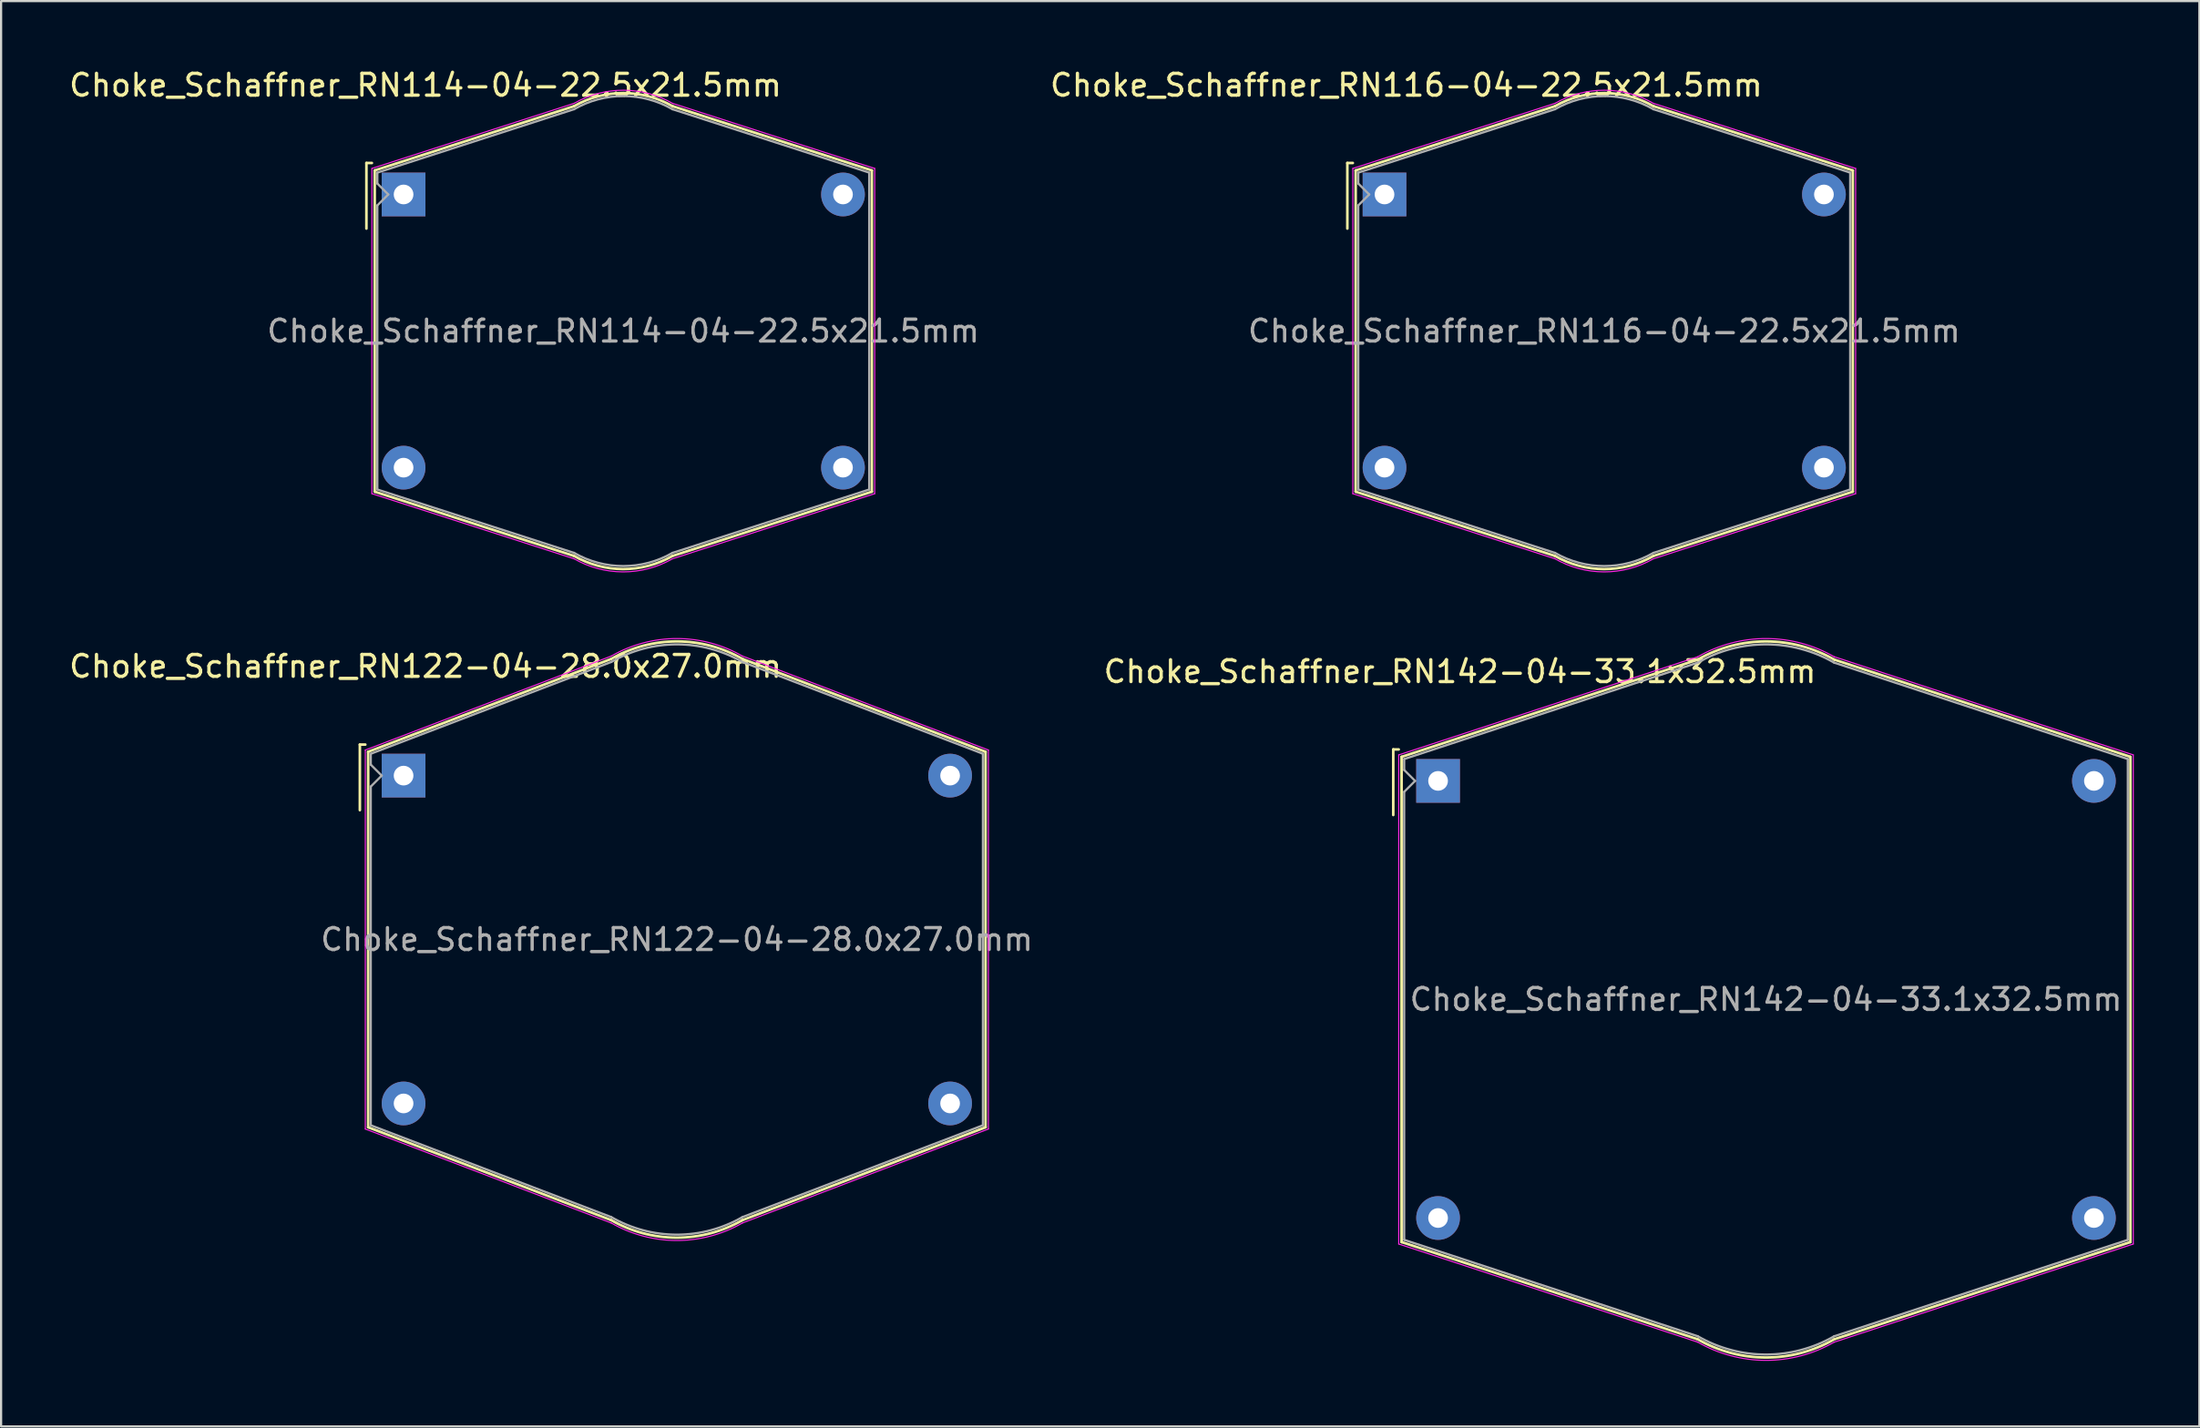
<source format=kicad_pcb>
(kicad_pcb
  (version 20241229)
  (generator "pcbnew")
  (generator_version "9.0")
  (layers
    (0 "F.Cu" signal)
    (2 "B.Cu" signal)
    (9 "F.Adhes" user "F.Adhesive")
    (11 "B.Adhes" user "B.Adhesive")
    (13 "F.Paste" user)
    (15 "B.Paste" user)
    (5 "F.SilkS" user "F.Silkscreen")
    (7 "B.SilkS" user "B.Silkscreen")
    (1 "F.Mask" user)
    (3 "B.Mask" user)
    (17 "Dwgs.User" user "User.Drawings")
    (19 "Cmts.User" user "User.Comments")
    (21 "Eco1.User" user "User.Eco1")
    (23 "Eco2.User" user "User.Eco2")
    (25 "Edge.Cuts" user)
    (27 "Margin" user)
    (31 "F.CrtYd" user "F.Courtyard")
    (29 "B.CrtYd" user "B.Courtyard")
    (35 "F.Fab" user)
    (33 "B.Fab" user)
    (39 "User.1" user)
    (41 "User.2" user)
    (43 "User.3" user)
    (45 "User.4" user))
  (footprint "Choke_Schaffner_RN116-04-22.5x21.5mm"
    (layer "F.Cu")
    (at 60.282 5.848)
    (property "Reference" "Choke_Schaffner_RN116-04-22.5x21.5mm" (at 1 -5 0) (layer "F.SilkS") (effects (font (size 1 1) (thickness 0.15))))
    (attr through_hole)
    (fp_line (start -1.7 -1.44) (end -1.7 1.56) (stroke (width 0.12) (type solid)) (layer "F.SilkS"))
    (fp_line (start -1.7 -1.44) (end -1.45 -1.44) (stroke (width 0.12) (type solid)) (layer "F.SilkS"))
    (fp_line (start -1.32 -1.1) (end 7.8 -4.04) (stroke (width 0.12) (type solid)) (layer "F.SilkS"))
    (fp_line (start -1.32 13.6) (end -1.32 -1.1) (stroke (width 0.12) (type solid)) (layer "F.SilkS"))
    (fp_line (start 7.8 16.54) (end -1.32 13.6) (stroke (width 0.12) (type solid)) (layer "F.SilkS"))
    (fp_line (start 12.3 -4.04) (end 21.42 -1.1) (stroke (width 0.12) (type solid)) (layer "F.SilkS"))
    (fp_line (start 21.42 -1.1) (end 21.42 13.6) (stroke (width 0.12) (type solid)) (layer "F.SilkS"))
    (fp_line (start 21.42 13.6) (end 12.3 16.54) (stroke (width 0.12) (type solid)) (layer "F.SilkS"))
    (fp_arc (start 7.8 -4.04) (mid 10.061443 -4.63982) (end 12.31982 -4.028557) (stroke (width 0.12) (type solid)) (layer "F.SilkS"))
    (fp_arc (start 12.3 16.54) (mid 10.038557 17.13982) (end 7.78018 16.528557) (stroke (width 0.12) (type solid)) (layer "F.SilkS"))
    (fp_line (start -1.45 -1.19) (end 7.8 -4.17) (stroke (width 0.05) (type solid)) (layer "F.CrtYd"))
    (fp_line (start -1.45 13.69) (end -1.45 -1.19) (stroke (width 0.05) (type solid)) (layer "F.CrtYd"))
    (fp_line (start 7.8 16.67) (end -1.45 13.69) (stroke (width 0.05) (type solid)) (layer "F.CrtYd"))
    (fp_line (start 12.3 -4.17) (end 21.55 -1.19) (stroke (width 0.05) (type solid)) (layer "F.CrtYd"))
    (fp_line (start 21.55 -1.19) (end 21.55 13.69) (stroke (width 0.05) (type solid)) (layer "F.CrtYd"))
    (fp_line (start 21.55 13.69) (end 12.3 16.67) (stroke (width 0.05) (type solid)) (layer "F.CrtYd"))
    (fp_arc (start 7.8 -4.17) (mid 10.061443 -4.76982) (end 12.31982 -4.158557) (stroke (width 0.05) (type solid)) (layer "F.CrtYd"))
    (fp_arc (start 12.3 16.67) (mid 10.038557 17.26982) (end 7.78018 16.658557) (stroke (width 0.05) (type solid)) (layer "F.CrtYd"))
    (fp_line (start -1.2 -1) (end 7.8 -3.9) (stroke (width 0.1) (type solid)) (layer "F.Fab"))
    (fp_line (start -1.2 -0.5) (end -1.2 -1) (stroke (width 0.1) (type solid)) (layer "F.Fab"))
    (fp_line (start -1.2 0.5) (end -0.7 0) (stroke (width 0.1) (type solid)) (layer "F.Fab"))
    (fp_line (start -1.2 13.5) (end -1.2 0.5) (stroke (width 0.1) (type solid)) (layer "F.Fab"))
    (fp_line (start -0.7 0) (end -1.2 -0.5) (stroke (width 0.1) (type solid)) (layer "F.Fab"))
    (fp_line (start 7.8 16.4) (end -1.2 13.5) (stroke (width 0.1) (type solid)) (layer "F.Fab"))
    (fp_line (start 12.3 -3.9) (end 21.3 -1) (stroke (width 0.1) (type solid)) (layer "F.Fab"))
    (fp_line (start 21.3 -1) (end 21.3 13.5) (stroke (width 0.1) (type solid)) (layer "F.Fab"))
    (fp_line (start 21.3 13.5) (end 12.3 16.4) (stroke (width 0.1) (type solid)) (layer "F.Fab"))
    (fp_arc (start 7.8 -3.9) (mid 10.051443 -4.502499) (end 12.302499 -3.898557) (stroke (width 0.1) (type solid)) (layer "F.Fab"))
    (fp_arc (start 12.3 16.4) (mid 10.048557 17.002499) (end 7.797501 16.398557) (stroke (width 0.1) (type solid)) (layer "F.Fab"))
    (fp_text user "${REFERENCE}" (at 10.05 6.25 0) (layer "F.Fab") (effects (font (size 1 1) (thickness 0.15))))
    (pad "1" thru_hole rect (at 0 0) (size 2 2) (drill 0.9) (layers "*.Cu" "*.Mask"))
    (pad "2" thru_hole circle (at 20.1 0) (size 2 2) (drill 0.9) (layers "*.Cu" "*.Mask"))
    (pad "3" thru_hole circle (at 0 12.5) (size 2 2) (drill 0.9) (layers "*.Cu" "*.Mask"))
    (pad "4" thru_hole circle (at 20.1 12.5) (size 2 2) (drill 0.9) (layers "*.Cu" "*.Mask")))
  (footprint "Choke_Schaffner_RN142-04-33.1x32.5mm"
    (layer "F.Cu")
    (at 62.732 32.681)
    (property "Reference" "Choke_Schaffner_RN142-04-33.1x32.5mm" (at 1 -5 0) (layer "F.SilkS") (effects (font (size 1 1) (thickness 0.15))))
    (attr through_hole)
    (fp_line (start -2.05 -1.44) (end -2.05 1.56) (stroke (width 0.12) (type solid)) (layer "F.SilkS"))
    (fp_line (start -2.05 -1.44) (end -1.8 -1.44) (stroke (width 0.12) (type solid)) (layer "F.SilkS"))
    (fp_line (start -1.67 -1.1) (end 11.88 -5.55) (stroke (width 0.12) (type solid)) (layer "F.SilkS"))
    (fp_line (start -1.67 21.1) (end -1.67 -1.1) (stroke (width 0.12) (type solid)) (layer "F.SilkS"))
    (fp_line (start 11.88 25.55) (end -1.67 21.1) (stroke (width 0.12) (type solid)) (layer "F.SilkS"))
    (fp_line (start 18.12 -5.55) (end 31.67 -1.1) (stroke (width 0.12) (type solid)) (layer "F.SilkS"))
    (fp_line (start 31.67 -1.1) (end 31.67 21.1) (stroke (width 0.12) (type solid)) (layer "F.SilkS"))
    (fp_line (start 31.67 21.1) (end 18.12 25.55) (stroke (width 0.12) (type solid)) (layer "F.SilkS"))
    (fp_arc (start 11.88 -5.55) (mid 15.013001 -6.382518) (end 18.142518 -5.536999) (stroke (width 0.12) (type solid)) (layer "F.SilkS"))
    (fp_arc (start 18.12 25.55) (mid 14.986999 26.382518) (end 11.857482 25.536999) (stroke (width 0.12) (type solid)) (layer "F.SilkS"))
    (fp_line (start -1.8 -1.19) (end 11.88 -5.68) (stroke (width 0.05) (type solid)) (layer "F.CrtYd"))
    (fp_line (start -1.8 21.19) (end -1.8 -1.19) (stroke (width 0.05) (type solid)) (layer "F.CrtYd"))
    (fp_line (start 11.88 25.68) (end -1.8 21.19) (stroke (width 0.05) (type solid)) (layer "F.CrtYd"))
    (fp_line (start 18.12 -5.68) (end 31.8 -1.19) (stroke (width 0.05) (type solid)) (layer "F.CrtYd"))
    (fp_line (start 31.8 -1.19) (end 31.8 21.19) (stroke (width 0.05) (type solid)) (layer "F.CrtYd"))
    (fp_line (start 31.8 21.19) (end 18.12 25.68) (stroke (width 0.05) (type solid)) (layer "F.CrtYd"))
    (fp_arc (start 11.88 -5.68) (mid 15.013001 -6.512518) (end 18.142518 -5.666999) (stroke (width 0.05) (type solid)) (layer "F.CrtYd"))
    (fp_arc (start 18.12 25.68) (mid 14.986999 26.512518) (end 11.857482 25.666999) (stroke (width 0.05) (type solid)) (layer "F.CrtYd"))
    (fp_line (start -1.55 -1) (end 11.88 -5.41) (stroke (width 0.1) (type solid)) (layer "F.Fab"))
    (fp_line (start -1.55 -0.5) (end -1.55 -1) (stroke (width 0.1) (type solid)) (layer "F.Fab"))
    (fp_line (start -1.55 0.5) (end -1.05 0) (stroke (width 0.1) (type solid)) (layer "F.Fab"))
    (fp_line (start -1.55 21) (end -1.55 0.5) (stroke (width 0.1) (type solid)) (layer "F.Fab"))
    (fp_line (start -1.05 0) (end -1.55 -0.5) (stroke (width 0.1) (type solid)) (layer "F.Fab"))
    (fp_line (start 11.88 25.41) (end -1.55 21) (stroke (width 0.1) (type solid)) (layer "F.Fab"))
    (fp_line (start 18.12 -5.41) (end 31.55 -1) (stroke (width 0.1) (type solid)) (layer "F.Fab"))
    (fp_line (start 31.55 -1) (end 31.55 21) (stroke (width 0.1) (type solid)) (layer "F.Fab"))
    (fp_line (start 31.55 21) (end 18.12 25.41) (stroke (width 0.1) (type solid)) (layer "F.Fab"))
    (fp_arc (start 11.88 -5.41) (mid 15.003001 -6.245197) (end 18.125197 -5.406999) (stroke (width 0.1) (type solid)) (layer "F.Fab"))
    (fp_arc (start 18.12 25.41) (mid 14.996999 26.245197) (end 11.874803 25.406999) (stroke (width 0.1) (type solid)) (layer "F.Fab"))
    (fp_text user "${REFERENCE}" (at 15 10 0) (layer "F.Fab") (effects (font (size 1 1) (thickness 0.15))))
    (pad "1" thru_hole rect (at 0 0) (size 2 2) (drill 0.9) (layers "*.Cu" "*.Mask"))
    (pad "2" thru_hole circle (at 30 0) (size 2 2) (drill 0.9) (layers "*.Cu" "*.Mask"))
    (pad "3" thru_hole circle (at 0 20) (size 2 2) (drill 0.9) (layers "*.Cu" "*.Mask"))
    (pad "4" thru_hole circle (at 30 20) (size 2 2) (drill 0.9) (layers "*.Cu" "*.Mask")))
  (footprint "Choke_Schaffner_RN122-04-28.0x27.0mm"
    (layer "F.Cu")
    (at 15.411 32.439)
    (property "Reference" "Choke_Schaffner_RN122-04-28.0x27.0mm" (at 1 -5 0) (layer "F.SilkS") (effects (font (size 1 1) (thickness 0.15))))
    (attr through_hole)
    (fp_line (start -2 -1.42) (end -2 1.58) (stroke (width 0.12) (type solid)) (layer "F.SilkS"))
    (fp_line (start -2 -1.42) (end -1.75 -1.42) (stroke (width 0.12) (type solid)) (layer "F.SilkS"))
    (fp_line (start -1.62 -1.09) (end 9.5 -5.34) (stroke (width 0.12) (type solid)) (layer "F.SilkS"))
    (fp_line (start -1.62 16.09) (end -1.62 -1.09) (stroke (width 0.12) (type solid)) (layer "F.SilkS"))
    (fp_line (start 9.5 20.34) (end -1.62 16.09) (stroke (width 0.12) (type solid)) (layer "F.SilkS"))
    (fp_line (start 15.5 -5.34) (end 26.62 -1.09) (stroke (width 0.12) (type solid)) (layer "F.SilkS"))
    (fp_line (start 26.62 -1.09) (end 26.62 16.09) (stroke (width 0.12) (type solid)) (layer "F.SilkS"))
    (fp_line (start 26.62 16.09) (end 15.5 20.34) (stroke (width 0.12) (type solid)) (layer "F.SilkS"))
    (fp_arc (start 9.5 -5.34) (mid 12.511924 -6.140653) (end 15.520653 -5.328076) (stroke (width 0.12) (type solid)) (layer "F.SilkS"))
    (fp_arc (start 15.5 20.34) (mid 12.488076 21.140653) (end 9.479347 20.328076) (stroke (width 0.12) (type solid)) (layer "F.SilkS"))
    (fp_line (start -1.75 -1.17) (end 9.5 -5.47) (stroke (width 0.05) (type solid)) (layer "F.CrtYd"))
    (fp_line (start -1.75 16.17) (end -1.75 -1.17) (stroke (width 0.05) (type solid)) (layer "F.CrtYd"))
    (fp_line (start 9.5 20.47) (end -1.75 16.17) (stroke (width 0.05) (type solid)) (layer "F.CrtYd"))
    (fp_line (start 15.5 -5.47) (end 26.75 -1.17) (stroke (width 0.05) (type solid)) (layer "F.CrtYd"))
    (fp_line (start 26.75 -1.17) (end 26.75 16.17) (stroke (width 0.05) (type solid)) (layer "F.CrtYd"))
    (fp_line (start 26.75 16.17) (end 15.5 20.47) (stroke (width 0.05) (type solid)) (layer "F.CrtYd"))
    (fp_arc (start 9.5 -5.47) (mid 12.511924 -6.270653) (end 15.520653 -5.458076) (stroke (width 0.05) (type solid)) (layer "F.CrtYd"))
    (fp_arc (start 15.5 20.47) (mid 12.488076 21.270653) (end 9.479347 20.458076) (stroke (width 0.05) (type solid)) (layer "F.CrtYd"))
    (fp_line (start -1.5 -1) (end 9.5 -5.2) (stroke (width 0.1) (type solid)) (layer "F.Fab"))
    (fp_line (start -1.5 -0.5) (end -1.5 -1) (stroke (width 0.1) (type solid)) (layer "F.Fab"))
    (fp_line (start -1.5 0.5) (end -1 0) (stroke (width 0.1) (type solid)) (layer "F.Fab"))
    (fp_line (start -1.5 16) (end -1.5 0.5) (stroke (width 0.1) (type solid)) (layer "F.Fab"))
    (fp_line (start -1 0) (end -1.5 -0.5) (stroke (width 0.1) (type solid)) (layer "F.Fab"))
    (fp_line (start 9.5 20.2) (end -1.5 16) (stroke (width 0.1) (type solid)) (layer "F.Fab"))
    (fp_line (start 15.5 -5.2) (end 26.5 -1) (stroke (width 0.1) (type solid)) (layer "F.Fab"))
    (fp_line (start 26.5 -1) (end 26.5 16) (stroke (width 0.1) (type solid)) (layer "F.Fab"))
    (fp_line (start 26.5 16) (end 15.5 20.2) (stroke (width 0.1) (type solid)) (layer "F.Fab"))
    (fp_arc (start 9.5 -5.2) (mid 12.501924 -6.003332) (end 15.503332 -5.198076) (stroke (width 0.1) (type solid)) (layer "F.Fab"))
    (fp_arc (start 15.5 20.2) (mid 12.498076 21.003332) (end 9.496668 20.198076) (stroke (width 0.1) (type solid)) (layer "F.Fab"))
    (fp_text user "${REFERENCE}" (at 12.5 7.5 0) (layer "F.Fab") (effects (font (size 1 1) (thickness 0.15))))
    (pad "1" thru_hole rect (at 0 0) (size 2 2) (drill 0.9) (layers "*.Cu" "*.Mask"))
    (pad "2" thru_hole circle (at 25 0) (size 2 2) (drill 0.9) (layers "*.Cu" "*.Mask"))
    (pad "3" thru_hole circle (at 0 15) (size 2 2) (drill 0.9) (layers "*.Cu" "*.Mask"))
    (pad "4" thru_hole circle (at 25 15) (size 2 2) (drill 0.9) (layers "*.Cu" "*.Mask")))
  (footprint "Choke_Schaffner_RN114-04-22.5x21.5mm"
    (layer "F.Cu")
    (at 15.411 5.848)
    (property "Reference" "Choke_Schaffner_RN114-04-22.5x21.5mm" (at 1 -5 0) (layer "F.SilkS") (effects (font (size 1 1) (thickness 0.15))))
    (attr through_hole)
    (fp_line (start -1.7 -1.44) (end -1.7 1.56) (stroke (width 0.12) (type solid)) (layer "F.SilkS"))
    (fp_line (start -1.7 -1.44) (end -1.45 -1.44) (stroke (width 0.12) (type solid)) (layer "F.SilkS"))
    (fp_line (start -1.32 -1.1) (end 7.8 -4.04) (stroke (width 0.12) (type solid)) (layer "F.SilkS"))
    (fp_line (start -1.32 13.6) (end -1.32 -1.1) (stroke (width 0.12) (type solid)) (layer "F.SilkS"))
    (fp_line (start 7.8 16.54) (end -1.32 13.6) (stroke (width 0.12) (type solid)) (layer "F.SilkS"))
    (fp_line (start 12.3 -4.04) (end 21.42 -1.1) (stroke (width 0.12) (type solid)) (layer "F.SilkS"))
    (fp_line (start 21.42 -1.1) (end 21.42 13.6) (stroke (width 0.12) (type solid)) (layer "F.SilkS"))
    (fp_line (start 21.42 13.6) (end 12.3 16.54) (stroke (width 0.12) (type solid)) (layer "F.SilkS"))
    (fp_arc (start 7.8 -4.04) (mid 10.061443 -4.63982) (end 12.31982 -4.028557) (stroke (width 0.12) (type solid)) (layer "F.SilkS"))
    (fp_arc (start 12.3 16.54) (mid 10.038557 17.13982) (end 7.78018 16.528557) (stroke (width 0.12) (type solid)) (layer "F.SilkS"))
    (fp_line (start -1.45 -1.19) (end 7.8 -4.17) (stroke (width 0.05) (type solid)) (layer "F.CrtYd"))
    (fp_line (start -1.45 13.69) (end -1.45 -1.19) (stroke (width 0.05) (type solid)) (layer "F.CrtYd"))
    (fp_line (start 7.8 16.67) (end -1.45 13.69) (stroke (width 0.05) (type solid)) (layer "F.CrtYd"))
    (fp_line (start 12.3 -4.17) (end 21.55 -1.19) (stroke (width 0.05) (type solid)) (layer "F.CrtYd"))
    (fp_line (start 21.55 -1.19) (end 21.55 13.69) (stroke (width 0.05) (type solid)) (layer "F.CrtYd"))
    (fp_line (start 21.55 13.69) (end 12.3 16.67) (stroke (width 0.05) (type solid)) (layer "F.CrtYd"))
    (fp_arc (start 7.8 -4.17) (mid 10.061443 -4.76982) (end 12.31982 -4.158557) (stroke (width 0.05) (type solid)) (layer "F.CrtYd"))
    (fp_arc (start 12.3 16.67) (mid 10.038557 17.26982) (end 7.78018 16.658557) (stroke (width 0.05) (type solid)) (layer "F.CrtYd"))
    (fp_line (start -1.2 -1) (end 7.8 -3.9) (stroke (width 0.1) (type solid)) (layer "F.Fab"))
    (fp_line (start -1.2 -0.5) (end -1.2 -1) (stroke (width 0.1) (type solid)) (layer "F.Fab"))
    (fp_line (start -1.2 0.5) (end -0.7 0) (stroke (width 0.1) (type solid)) (layer "F.Fab"))
    (fp_line (start -1.2 13.5) (end -1.2 0.5) (stroke (width 0.1) (type solid)) (layer "F.Fab"))
    (fp_line (start -0.7 0) (end -1.2 -0.5) (stroke (width 0.1) (type solid)) (layer "F.Fab"))
    (fp_line (start 7.8 16.4) (end -1.2 13.5) (stroke (width 0.1) (type solid)) (layer "F.Fab"))
    (fp_line (start 12.3 -3.9) (end 21.3 -1) (stroke (width 0.1) (type solid)) (layer "F.Fab"))
    (fp_line (start 21.3 -1) (end 21.3 13.5) (stroke (width 0.1) (type solid)) (layer "F.Fab"))
    (fp_line (start 21.3 13.5) (end 12.3 16.4) (stroke (width 0.1) (type solid)) (layer "F.Fab"))
    (fp_arc (start 7.8 -3.9) (mid 10.051443 -4.502499) (end 12.302499 -3.898557) (stroke (width 0.1) (type solid)) (layer "F.Fab"))
    (fp_arc (start 12.3 16.4) (mid 10.048557 17.002499) (end 7.797501 16.398557) (stroke (width 0.1) (type solid)) (layer "F.Fab"))
    (fp_text user "${REFERENCE}" (at 10.05 6.25 0) (layer "F.Fab") (effects (font (size 1 1) (thickness 0.15))))
    (pad "1" thru_hole rect (at 0 0) (size 2 2) (drill 0.9) (layers "*.Cu" "*.Mask"))
    (pad "2" thru_hole circle (at 20.1 0) (size 2 2) (drill 0.9) (layers "*.Cu" "*.Mask"))
    (pad "3" thru_hole circle (at 0 12.5) (size 2 2) (drill 0.9) (layers "*.Cu" "*.Mask"))
    (pad "4" thru_hole circle (at 20.1 12.5) (size 2 2) (drill 0.9) (layers "*.Cu" "*.Mask")))
  (gr_rect
    (start -3 -3)
    (end 97.557 62.218)
    (stroke (width 0.1) (type default))
    (fill no)
    (layer "Edge.Cuts")))
</source>
